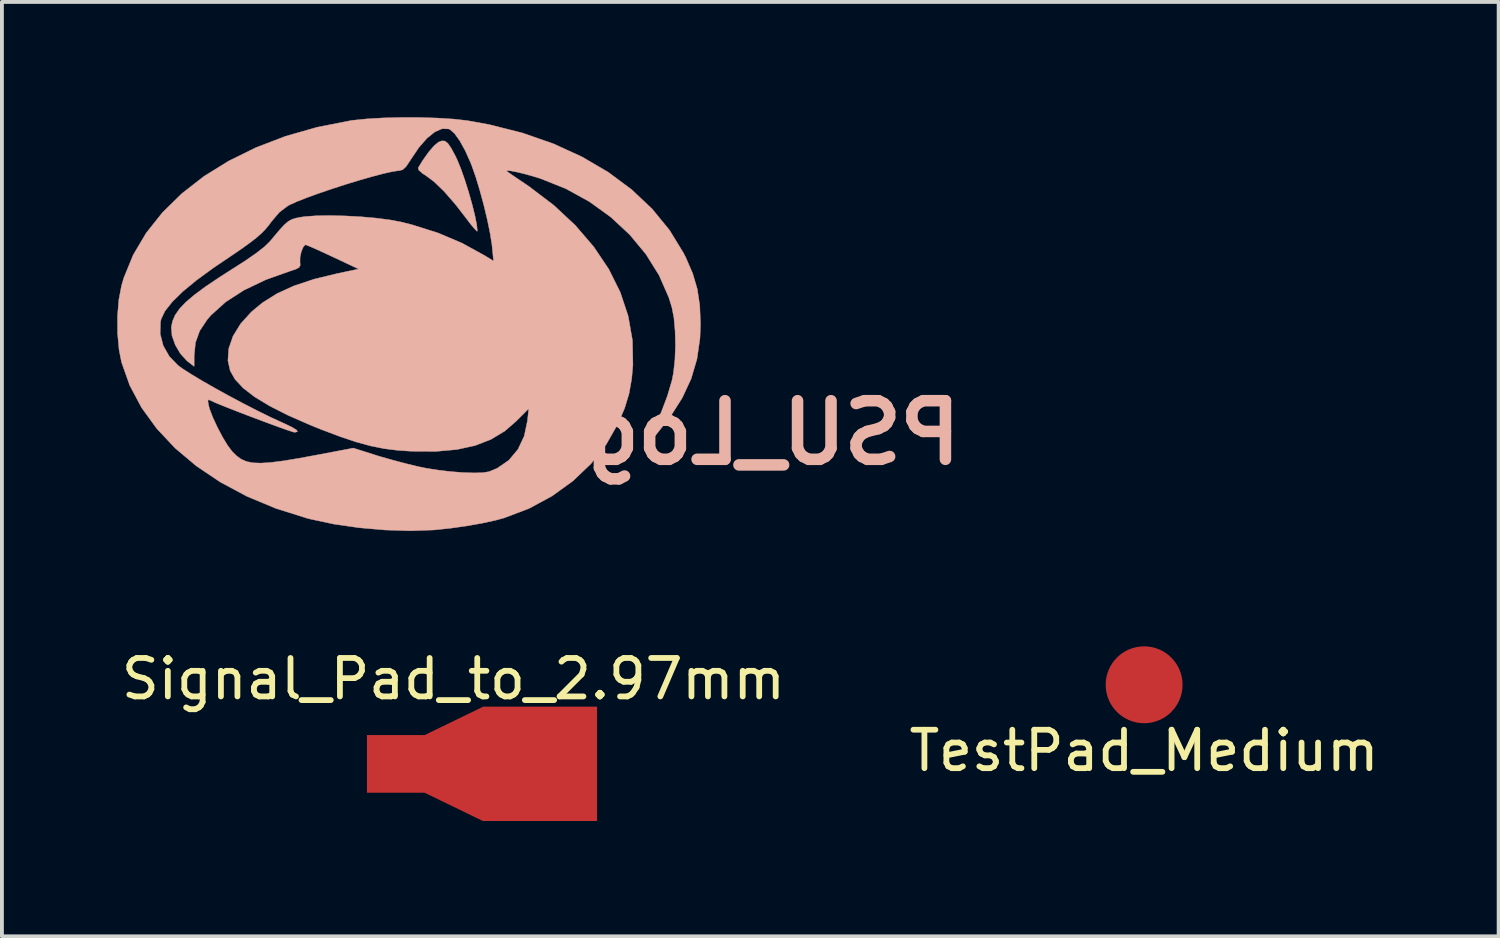
<source format=kicad_pcb>
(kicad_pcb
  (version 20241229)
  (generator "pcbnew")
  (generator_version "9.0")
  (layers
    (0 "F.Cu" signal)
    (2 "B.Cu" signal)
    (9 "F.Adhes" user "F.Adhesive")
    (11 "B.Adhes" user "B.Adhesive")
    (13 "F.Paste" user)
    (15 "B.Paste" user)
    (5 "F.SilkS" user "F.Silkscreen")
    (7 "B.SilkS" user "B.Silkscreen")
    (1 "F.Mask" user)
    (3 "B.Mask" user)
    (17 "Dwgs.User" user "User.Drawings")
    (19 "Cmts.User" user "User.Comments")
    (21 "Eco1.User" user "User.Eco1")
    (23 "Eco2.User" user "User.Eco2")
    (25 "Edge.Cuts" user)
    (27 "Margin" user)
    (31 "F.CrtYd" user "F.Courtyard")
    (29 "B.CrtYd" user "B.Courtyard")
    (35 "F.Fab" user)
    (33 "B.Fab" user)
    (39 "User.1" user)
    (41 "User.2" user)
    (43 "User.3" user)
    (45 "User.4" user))
  (footprint "TestPad_Medium"
    (layer "F.Cu")
    (at 26.708 14.761)
    (property "Reference" "TestPad_Medium" (at 0 1.714 0) (layer "F.SilkS") (effects (font (size 1 1) (thickness 0.15))))
    (attr through_hole)
    (pad "1" smd circle (at 0 0) (size 2 2) (layers "F.Cu" "F.Mask" "F.Paste")))
  (footprint "Signal_Pad_to_2.97mm"
    (layer "F.Cu")
    (at 7.244 16.819)
    (property "Reference" "Signal_Pad_to_2.97mm" (at 1.5 -2.21 0) (layer "F.SilkS") (effects (font (size 1 1) (thickness 0.15))))
    (attr exclude_from_pos_files exclude_from_bom)
    (pad "1" smd custom (at 0 0) (size 1.5 1.5) (layers "F.Cu") (options (anchor rect)) (primitives (gr_poly (pts (xy -0.75 -0.75) (xy 0.75 -0.75) (xy 2.265 -1.485) (xy 5.235 -1.485) (xy 5.235 1.485) (xy 2.265 1.485) (xy 0.75 0.75) (xy -0.75 0.75)) (width 0) (fill yes))))
    (pad "1" smd rect (at 3.75 0) (size 2.97 2.97) (layers "F.Cu")))
  (footprint "PSU_Logo"
    (layer "F.Cu")
    (at 7.588 5.222)
    (property "Reference" "PSU_Logo" (at 8.763 2.985 180) (layer "B.SilkS") (effects (font (size 1.524 1.524) (thickness 0.3)) (justify mirror)))
    (attr through_hole)
    (fp_poly (pts (xy 0.765 -4.574) (xy 0.654 -4.483) (xy 0.514 -4.321) (xy 0.361 -4.106) (xy 0.237 -3.904) (xy 0.256 -3.844) (xy 0.354 -3.759) (xy 0.42 -3.718) (xy 0.65 -3.548) (xy 0.916 -3.291) (xy 1.21 -2.953) (xy 1.464 -2.625) (xy 1.592 -2.456) (xy 1.696 -2.331) (xy 1.761 -2.263) (xy 1.778 -2.258) (xy 1.761 -2.429) (xy 1.713 -2.67) (xy 1.641 -2.958) (xy 1.553 -3.27) (xy 1.455 -3.581) (xy 1.354 -3.869) (xy 1.257 -4.109) (xy 1.215 -4.198) (xy 1.101 -4.412) (xy 1.011 -4.544) (xy 0.931 -4.605) (xy 0.846 -4.607) (xy 0.765 -4.574)) (stroke (width 0.01) (type solid)) (fill yes) (layer "B.SilkS"))
    (fp_poly (pts (xy -0.656 -5.206) (xy -1.088 -5.181) (xy -1.453 -5.144) (xy -1.524 -5.134) (xy -2.391 -4.963) (xy -3.211 -4.729) (xy -3.979 -4.435) (xy -4.688 -4.086) (xy -5.334 -3.686) (xy -5.91 -3.237) (xy -6.412 -2.745) (xy -6.835 -2.213) (xy -7.172 -1.645) (xy -7.418 -1.045) (xy -7.477 -0.845) (xy -7.548 -0.472) (xy -7.583 -0.042) (xy -7.58 0.404) (xy -7.541 0.828) (xy -7.477 1.15) (xy -7.263 1.754) (xy -6.955 2.332) (xy -6.56 2.876) (xy -6.083 3.384) (xy -5.529 3.85) (xy -4.904 4.27) (xy -4.214 4.639) (xy -3.465 4.951) (xy -2.661 5.204) (xy -2.557 5.231) (xy -1.957 5.359) (xy -1.301 5.454) (xy -0.626 5.513) (xy 0.031 5.534) (xy 0.636 5.513) (xy 0.66 5.511) (xy 1.064 5.469) (xy 1.484 5.41) (xy 1.889 5.339) (xy 2.248 5.261) (xy 2.476 5.199) (xy 3.123 4.953) (xy 3.721 4.63) (xy 4.262 4.239) (xy 4.735 3.788) (xy 5.132 3.283) (xy 5.439 2.743) (xy 5.603 2.357) (xy 3.114 2.357) (xy 3.081 2.669) (xy 2.996 3.072) (xy 2.832 3.418) (xy 2.597 3.698) (xy 2.294 3.907) (xy 2.083 3.995) (xy 1.928 4.021) (xy 1.695 4.028) (xy 1.407 4.019) (xy 1.086 3.994) (xy 0.755 3.955) (xy 0.434 3.904) (xy 0.241 3.864) (xy -0.068 3.789) (xy -0.411 3.698) (xy -0.738 3.606) (xy -0.902 3.555) (xy -1.448 3.382) (xy -2.383 3.559) (xy -2.87 3.649) (xy -3.269 3.715) (xy -3.593 3.756) (xy -3.852 3.773) (xy -4.06 3.765) (xy -4.226 3.732) (xy -4.363 3.672) (xy -4.483 3.586) (xy -4.597 3.473) (xy -4.601 3.469) (xy -4.72 3.31) (xy -4.854 3.088) (xy -4.987 2.835) (xy -5.104 2.582) (xy -5.188 2.361) (xy -5.215 2.259) (xy -5.232 2.152) (xy -5.211 2.123) (xy -5.139 2.154) (xy -5.043 2.199) (xy -4.875 2.268) (xy -4.653 2.357) (xy -4.394 2.458) (xy -4.114 2.565) (xy -3.832 2.671) (xy -3.563 2.771) (xy -3.326 2.857) (xy -3.138 2.923) (xy -3.014 2.963) (xy -2.976 2.972) (xy -2.901 2.957) (xy -2.923 2.913) (xy -3.041 2.84) (xy -3.257 2.737) (xy -3.289 2.723) (xy -3.59 2.585) (xy -3.931 2.417) (xy -4.296 2.23) (xy -4.668 2.032) (xy -5.03 1.833) (xy -5.365 1.642) (xy -5.655 1.468) (xy -5.883 1.322) (xy -6.004 1.235) (xy -6.234 0.999) (xy -6.393 0.717) (xy -6.472 0.411) (xy -6.464 0.104) (xy -6.446 0.025) (xy -6.348 -0.18) (xy -6.16 -0.419) (xy -5.886 -0.688) (xy -5.531 -0.981) (xy -5.1 -1.296) (xy -4.953 -1.396) (xy -4.61 -1.627) (xy -4.34 -1.812) (xy -4.131 -1.963) (xy -3.97 -2.088) (xy -3.844 -2.198) (xy -3.742 -2.302) (xy -3.65 -2.412) (xy -3.574 -2.514) (xy -3.369 -2.754) (xy -3.154 -2.916) (xy -3.1 -2.946) (xy -2.907 -3.033) (xy -2.647 -3.135) (xy -2.338 -3.247) (xy -1.998 -3.362) (xy -1.644 -3.477) (xy -1.293 -3.584) (xy -0.962 -3.679) (xy -0.67 -3.756) (xy -0.434 -3.809) (xy -0.272 -3.834) (xy -0.244 -3.835) (xy -0.161 -3.86) (xy -0.073 -3.943) (xy 0.034 -4.103) (xy 0.049 -4.127) (xy 0.257 -4.436) (xy 0.468 -4.677) (xy 0.672 -4.841) (xy 0.861 -4.924) (xy 1.028 -4.919) (xy 1.068 -4.902) (xy 1.186 -4.798) (xy 1.32 -4.611) (xy 1.461 -4.356) (xy 1.599 -4.049) (xy 1.632 -3.965) (xy 1.736 -3.671) (xy 1.842 -3.319) (xy 1.945 -2.94) (xy 2.036 -2.561) (xy 2.108 -2.212) (xy 2.155 -1.922) (xy 2.162 -1.859) (xy 2.199 -1.484) (xy 1.976 -1.621) (xy 1.381 -1.948) (xy 0.759 -2.212) (xy 0.082 -2.426) (xy -0.203 -2.498) (xy -0.495 -2.553) (xy -0.851 -2.599) (xy -1.244 -2.634) (xy -1.65 -2.656) (xy -2.044 -2.666) (xy -2.401 -2.661) (xy -2.697 -2.64) (xy -2.819 -2.623) (xy -2.948 -2.597) (xy -3.049 -2.565) (xy -3.139 -2.515) (xy -3.236 -2.432) (xy -3.355 -2.305) (xy -3.513 -2.118) (xy -3.614 -1.996) (xy -3.755 -1.858) (xy -3.976 -1.685) (xy -4.267 -1.484) (xy -4.478 -1.349) (xy -4.926 -1.063) (xy -5.292 -0.817) (xy -5.582 -0.602) (xy -5.806 -0.412) (xy -5.97 -0.239) (xy -6.083 -0.076) (xy -6.151 0.084) (xy -6.183 0.24) (xy -6.165 0.458) (xy -6.08 0.699) (xy -5.944 0.93) (xy -5.774 1.114) (xy -5.753 1.131) (xy -5.588 1.258) (xy -5.588 0.981) (xy -5.554 0.639) (xy -5.444 0.333) (xy -5.249 0.04) (xy -5.145 -0.079) (xy -4.766 -0.42) (xy -4.291 -0.726) (xy -3.723 -0.997) (xy -3.096 -1.22) (xy -2.938 -1.273) (xy -2.856 -1.318) (xy -2.829 -1.374) (xy -2.835 -1.455) (xy -2.833 -1.582) (xy -2.802 -1.724) (xy -2.754 -1.842) (xy -2.7 -1.903) (xy -2.69 -1.905) (xy -2.632 -1.884) (xy -2.499 -1.828) (xy -2.31 -1.743) (xy -2.081 -1.637) (xy -1.979 -1.59) (xy -1.31 -1.275) (xy -1.861 -1.159) (xy -2.467 -1.012) (xy -2.986 -0.84) (xy -3.431 -0.637) (xy -3.813 -0.397) (xy -4.099 -0.161) (xy -4.379 0.148) (xy -4.577 0.47) (xy -4.689 0.794) (xy -4.71 1.109) (xy -4.651 1.371) (xy -4.524 1.595) (xy -4.313 1.821) (xy -4.013 2.052) (xy -3.623 2.288) (xy -3.14 2.533) (xy -2.559 2.787) (xy -2.287 2.897) (xy -1.8 3.081) (xy -1.379 3.222) (xy -1 3.326) (xy -0.64 3.398) (xy -0.275 3.443) (xy 0.081 3.466) (xy 0.703 3.469) (xy 1.246 3.42) (xy 1.719 3.317) (xy 2.132 3.157) (xy 2.494 2.938) (xy 2.78 2.69) (xy 3.114 2.357) (xy 5.603 2.357) (xy 5.608 2.345) (xy 5.722 1.973) (xy 5.792 1.581) (xy 5.824 1.219) (xy 5.812 0.58) (xy 5.701 -0.051) (xy 5.495 -0.671) (xy 5.195 -1.274) (xy 4.804 -1.855) (xy 4.326 -2.411) (xy 3.763 -2.936) (xy 3.117 -3.426) (xy 3.023 -3.49) (xy 2.834 -3.617) (xy 2.678 -3.723) (xy 2.574 -3.796) (xy 2.54 -3.821) (xy 2.556 -3.837) (xy 2.651 -3.827) (xy 2.805 -3.797) (xy 2.998 -3.751) (xy 3.213 -3.691) (xy 3.425 -3.626) (xy 4.082 -3.363) (xy 4.693 -3.026) (xy 5.248 -2.626) (xy 5.741 -2.168) (xy 6.162 -1.661) (xy 6.504 -1.113) (xy 6.758 -0.533) (xy 6.838 -0.276) (xy 6.891 -0.001) (xy 6.921 0.34) (xy 6.93 0.714) (xy 6.916 1.086) (xy 6.879 1.424) (xy 6.841 1.619) (xy 6.722 2.021) (xy 6.564 2.44) (xy 6.385 2.831) (xy 6.269 3.042) (xy 6.184 3.194) (xy 6.127 3.308) (xy 6.111 3.36) (xy 6.112 3.36) (xy 6.151 3.334) (xy 6.239 3.247) (xy 6.357 3.118) (xy 6.384 3.087) (xy 6.792 2.574) (xy 7.108 2.075) (xy 7.339 1.578) (xy 7.49 1.065) (xy 7.568 0.525) (xy 7.582 0.152) (xy 7.562 -0.33) (xy 7.498 -0.754) (xy 7.38 -1.156) (xy 7.2 -1.573) (xy 7.14 -1.691) (xy 6.776 -2.286) (xy 6.325 -2.837) (xy 5.791 -3.341) (xy 5.18 -3.795) (xy 4.498 -4.194) (xy 3.75 -4.536) (xy 2.941 -4.817) (xy 2.077 -5.034) (xy 1.524 -5.134) (xy 1.178 -5.174) (xy 0.759 -5.201) (xy 0.295 -5.216) (xy -0.186 -5.217) (xy -0.656 -5.206)) (stroke (width 0.01) (type solid)) (fill yes) (layer "B.SilkS")))
  (gr_rect
    (start -3 -3)
    (end 35.929 21.304)
    (stroke (width 0.1) (type default))
    (fill no)
    (layer "Edge.Cuts")))
</source>
